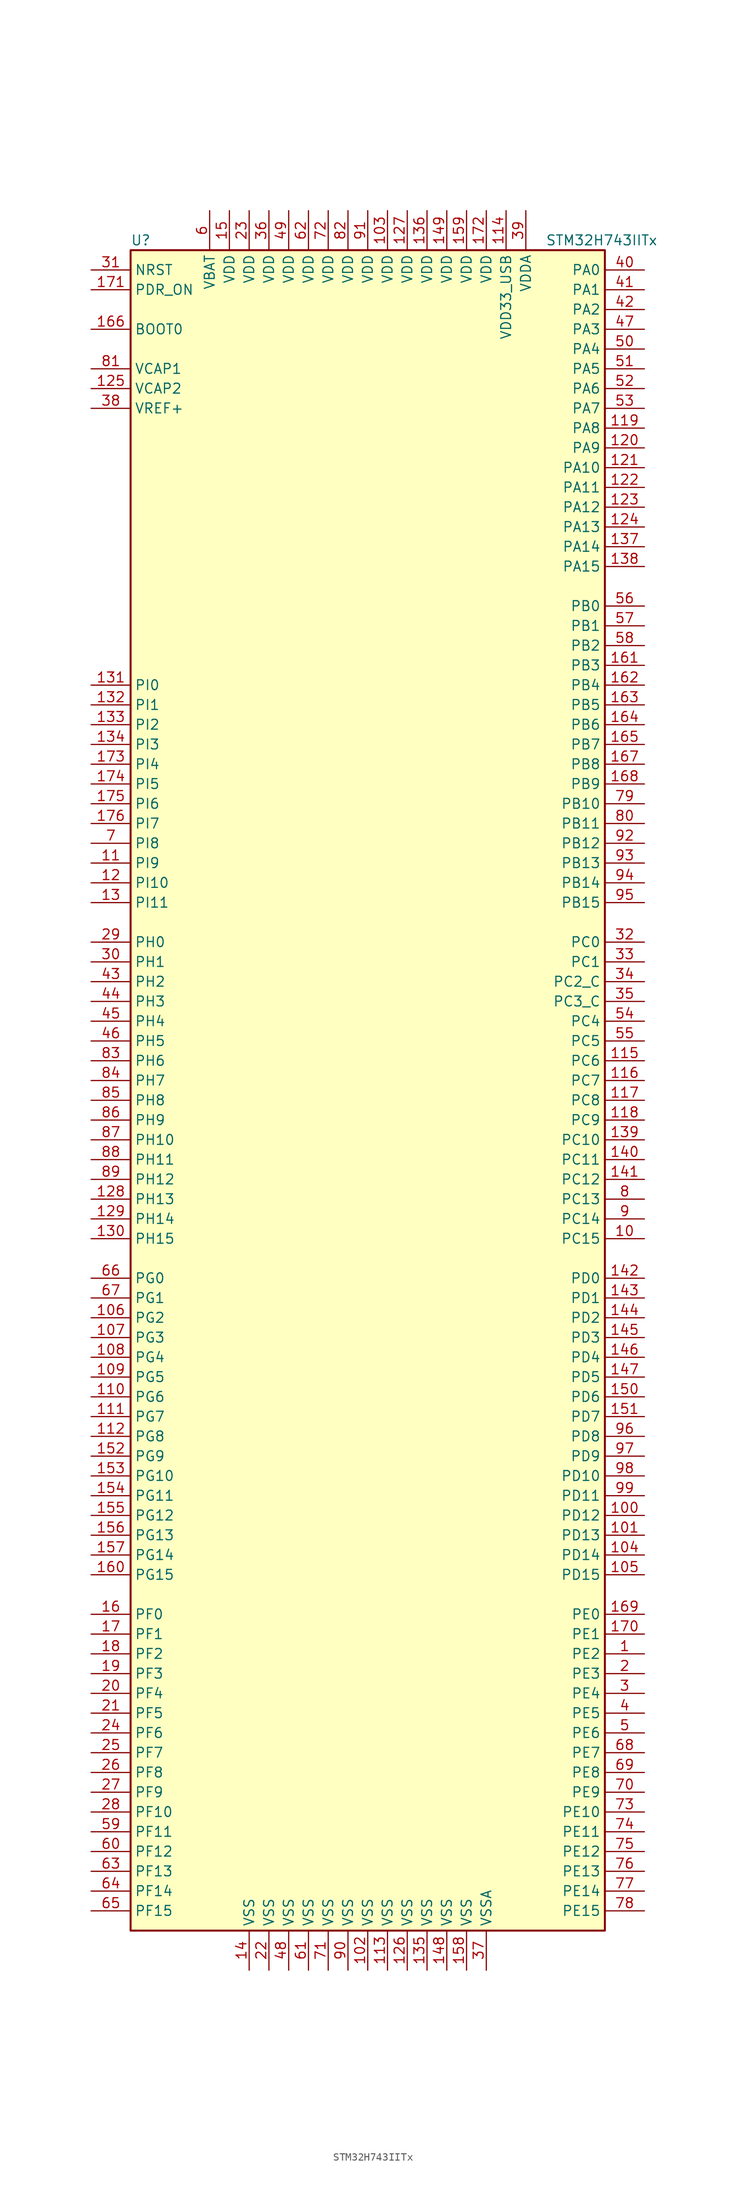
<source format=kicad_sym>
(kicad_symbol_lib
  (version 20201005)
  (generator kicad_symbol_editor)
  (symbol "STM32H743IITx"
    (property "Reference" "U"
      (at -30.48 107.95 0)
      (effects (font (size 1.27 1.27)) (justify left)))
    (property "Value" "STM32H743IITx"
      (at 22.86 107.95 0)
      (effects (font (size 1.27 1.27)) (justify left)))
    (symbol "STM32H743IITx_0_1"
      (rectangle (start -30.48 -109.22) (end 30.48 106.68) (stroke (width 0.254)) (fill (type background))))
    (symbol "STM32H743IITx_1_1"
      (pin input line (at -35.56 96.52 0) (length 5.08) (name "BOOT0" (effects (font (size 1.27 1.27)))) (number "166" (effects (font (size 1.27 1.27)))))
      (pin input line (at -35.56 104.14 0) (length 5.08) (name "NRST" (effects (font (size 1.27 1.27)))) (number "31" (effects (font (size 1.27 1.27)))))
      (pin bidirectional line (at 35.56 104.14 180) (length 5.08) (name "PA0" (effects (font (size 1.27 1.27)))) (number "40" (effects (font (size 1.27 1.27)))))
      (pin bidirectional line (at 35.56 101.6 180) (length 5.08) (name "PA1" (effects (font (size 1.27 1.27)))) (number "41" (effects (font (size 1.27 1.27)))))
      (pin bidirectional line (at 35.56 78.74 180) (length 5.08) (name "PA10" (effects (font (size 1.27 1.27)))) (number "121" (effects (font (size 1.27 1.27)))))
      (pin bidirectional line (at 35.56 76.2 180) (length 5.08) (name "PA11" (effects (font (size 1.27 1.27)))) (number "122" (effects (font (size 1.27 1.27)))))
      (pin bidirectional line (at 35.56 73.66 180) (length 5.08) (name "PA12" (effects (font (size 1.27 1.27)))) (number "123" (effects (font (size 1.27 1.27)))))
      (pin bidirectional line (at 35.56 71.12 180) (length 5.08) (name "PA13" (effects (font (size 1.27 1.27)))) (number "124" (effects (font (size 1.27 1.27)))))
      (pin bidirectional line (at 35.56 68.58 180) (length 5.08) (name "PA14" (effects (font (size 1.27 1.27)))) (number "137" (effects (font (size 1.27 1.27)))))
      (pin bidirectional line (at 35.56 66.04 180) (length 5.08) (name "PA15" (effects (font (size 1.27 1.27)))) (number "138" (effects (font (size 1.27 1.27)))))
      (pin bidirectional line (at 35.56 99.06 180) (length 5.08) (name "PA2" (effects (font (size 1.27 1.27)))) (number "42" (effects (font (size 1.27 1.27)))))
      (pin bidirectional line (at 35.56 96.52 180) (length 5.08) (name "PA3" (effects (font (size 1.27 1.27)))) (number "47" (effects (font (size 1.27 1.27)))))
      (pin bidirectional line (at 35.56 93.98 180) (length 5.08) (name "PA4" (effects (font (size 1.27 1.27)))) (number "50" (effects (font (size 1.27 1.27)))))
      (pin bidirectional line (at 35.56 91.44 180) (length 5.08) (name "PA5" (effects (font (size 1.27 1.27)))) (number "51" (effects (font (size 1.27 1.27)))))
      (pin bidirectional line (at 35.56 88.9 180) (length 5.08) (name "PA6" (effects (font (size 1.27 1.27)))) (number "52" (effects (font (size 1.27 1.27)))))
      (pin bidirectional line (at 35.56 86.36 180) (length 5.08) (name "PA7" (effects (font (size 1.27 1.27)))) (number "53" (effects (font (size 1.27 1.27)))))
      (pin bidirectional line (at 35.56 83.82 180) (length 5.08) (name "PA8" (effects (font (size 1.27 1.27)))) (number "119" (effects (font (size 1.27 1.27)))))
      (pin bidirectional line (at 35.56 81.28 180) (length 5.08) (name "PA9" (effects (font (size 1.27 1.27)))) (number "120" (effects (font (size 1.27 1.27)))))
      (pin bidirectional line (at 35.56 60.96 180) (length 5.08) (name "PB0" (effects (font (size 1.27 1.27)))) (number "56" (effects (font (size 1.27 1.27)))))
      (pin bidirectional line (at 35.56 58.42 180) (length 5.08) (name "PB1" (effects (font (size 1.27 1.27)))) (number "57" (effects (font (size 1.27 1.27)))))
      (pin bidirectional line (at 35.56 35.56 180) (length 5.08) (name "PB10" (effects (font (size 1.27 1.27)))) (number "79" (effects (font (size 1.27 1.27)))))
      (pin bidirectional line (at 35.56 33.02 180) (length 5.08) (name "PB11" (effects (font (size 1.27 1.27)))) (number "80" (effects (font (size 1.27 1.27)))))
      (pin bidirectional line (at 35.56 30.48 180) (length 5.08) (name "PB12" (effects (font (size 1.27 1.27)))) (number "92" (effects (font (size 1.27 1.27)))))
      (pin bidirectional line (at 35.56 27.94 180) (length 5.08) (name "PB13" (effects (font (size 1.27 1.27)))) (number "93" (effects (font (size 1.27 1.27)))))
      (pin bidirectional line (at 35.56 25.4 180) (length 5.08) (name "PB14" (effects (font (size 1.27 1.27)))) (number "94" (effects (font (size 1.27 1.27)))))
      (pin bidirectional line (at 35.56 22.86 180) (length 5.08) (name "PB15" (effects (font (size 1.27 1.27)))) (number "95" (effects (font (size 1.27 1.27)))))
      (pin bidirectional line (at 35.56 55.88 180) (length 5.08) (name "PB2" (effects (font (size 1.27 1.27)))) (number "58" (effects (font (size 1.27 1.27)))))
      (pin bidirectional line (at 35.56 53.34 180) (length 5.08) (name "PB3" (effects (font (size 1.27 1.27)))) (number "161" (effects (font (size 1.27 1.27)))))
      (pin bidirectional line (at 35.56 50.8 180) (length 5.08) (name "PB4" (effects (font (size 1.27 1.27)))) (number "162" (effects (font (size 1.27 1.27)))))
      (pin bidirectional line (at 35.56 48.26 180) (length 5.08) (name "PB5" (effects (font (size 1.27 1.27)))) (number "163" (effects (font (size 1.27 1.27)))))
      (pin bidirectional line (at 35.56 45.72 180) (length 5.08) (name "PB6" (effects (font (size 1.27 1.27)))) (number "164" (effects (font (size 1.27 1.27)))))
      (pin bidirectional line (at 35.56 43.18 180) (length 5.08) (name "PB7" (effects (font (size 1.27 1.27)))) (number "165" (effects (font (size 1.27 1.27)))))
      (pin bidirectional line (at 35.56 40.64 180) (length 5.08) (name "PB8" (effects (font (size 1.27 1.27)))) (number "167" (effects (font (size 1.27 1.27)))))
      (pin bidirectional line (at 35.56 38.1 180) (length 5.08) (name "PB9" (effects (font (size 1.27 1.27)))) (number "168" (effects (font (size 1.27 1.27)))))
      (pin bidirectional line (at 35.56 17.78 180) (length 5.08) (name "PC0" (effects (font (size 1.27 1.27)))) (number "32" (effects (font (size 1.27 1.27)))))
      (pin bidirectional line (at 35.56 15.24 180) (length 5.08) (name "PC1" (effects (font (size 1.27 1.27)))) (number "33" (effects (font (size 1.27 1.27)))))
      (pin bidirectional line (at 35.56 -7.62 180) (length 5.08) (name "PC10" (effects (font (size 1.27 1.27)))) (number "139" (effects (font (size 1.27 1.27)))))
      (pin bidirectional line (at 35.56 -10.16 180) (length 5.08) (name "PC11" (effects (font (size 1.27 1.27)))) (number "140" (effects (font (size 1.27 1.27)))))
      (pin bidirectional line (at 35.56 -12.7 180) (length 5.08) (name "PC12" (effects (font (size 1.27 1.27)))) (number "141" (effects (font (size 1.27 1.27)))))
      (pin bidirectional line (at 35.56 -15.24 180) (length 5.08) (name "PC13" (effects (font (size 1.27 1.27)))) (number "8" (effects (font (size 1.27 1.27)))))
      (pin bidirectional line (at 35.56 -17.78 180) (length 5.08) (name "PC14" (effects (font (size 1.27 1.27)))) (number "9" (effects (font (size 1.27 1.27)))))
      (pin bidirectional line (at 35.56 -20.32 180) (length 5.08) (name "PC15" (effects (font (size 1.27 1.27)))) (number "10" (effects (font (size 1.27 1.27)))))
      (pin bidirectional line (at 35.56 12.7 180) (length 5.08) (name "PC2_C" (effects (font (size 1.27 1.27)))) (number "34" (effects (font (size 1.27 1.27)))))
      (pin bidirectional line (at 35.56 10.16 180) (length 5.08) (name "PC3_C" (effects (font (size 1.27 1.27)))) (number "35" (effects (font (size 1.27 1.27)))))
      (pin bidirectional line (at 35.56 7.62 180) (length 5.08) (name "PC4" (effects (font (size 1.27 1.27)))) (number "54" (effects (font (size 1.27 1.27)))))
      (pin bidirectional line (at 35.56 5.08 180) (length 5.08) (name "PC5" (effects (font (size 1.27 1.27)))) (number "55" (effects (font (size 1.27 1.27)))))
      (pin bidirectional line (at 35.56 2.54 180) (length 5.08) (name "PC6" (effects (font (size 1.27 1.27)))) (number "115" (effects (font (size 1.27 1.27)))))
      (pin bidirectional line (at 35.56 0 180) (length 5.08) (name "PC7" (effects (font (size 1.27 1.27)))) (number "116" (effects (font (size 1.27 1.27)))))
      (pin bidirectional line (at 35.56 -2.54 180) (length 5.08) (name "PC8" (effects (font (size 1.27 1.27)))) (number "117" (effects (font (size 1.27 1.27)))))
      (pin bidirectional line (at 35.56 -5.08 180) (length 5.08) (name "PC9" (effects (font (size 1.27 1.27)))) (number "118" (effects (font (size 1.27 1.27)))))
      (pin bidirectional line (at 35.56 -25.4 180) (length 5.08) (name "PD0" (effects (font (size 1.27 1.27)))) (number "142" (effects (font (size 1.27 1.27)))))
      (pin bidirectional line (at 35.56 -27.94 180) (length 5.08) (name "PD1" (effects (font (size 1.27 1.27)))) (number "143" (effects (font (size 1.27 1.27)))))
      (pin bidirectional line (at 35.56 -50.8 180) (length 5.08) (name "PD10" (effects (font (size 1.27 1.27)))) (number "98" (effects (font (size 1.27 1.27)))))
      (pin bidirectional line (at 35.56 -53.34 180) (length 5.08) (name "PD11" (effects (font (size 1.27 1.27)))) (number "99" (effects (font (size 1.27 1.27)))))
      (pin bidirectional line (at 35.56 -55.88 180) (length 5.08) (name "PD12" (effects (font (size 1.27 1.27)))) (number "100" (effects (font (size 1.27 1.27)))))
      (pin bidirectional line (at 35.56 -58.42 180) (length 5.08) (name "PD13" (effects (font (size 1.27 1.27)))) (number "101" (effects (font (size 1.27 1.27)))))
      (pin bidirectional line (at 35.56 -60.96 180) (length 5.08) (name "PD14" (effects (font (size 1.27 1.27)))) (number "104" (effects (font (size 1.27 1.27)))))
      (pin bidirectional line (at 35.56 -63.5 180) (length 5.08) (name "PD15" (effects (font (size 1.27 1.27)))) (number "105" (effects (font (size 1.27 1.27)))))
      (pin bidirectional line (at 35.56 -30.48 180) (length 5.08) (name "PD2" (effects (font (size 1.27 1.27)))) (number "144" (effects (font (size 1.27 1.27)))))
      (pin bidirectional line (at 35.56 -33.02 180) (length 5.08) (name "PD3" (effects (font (size 1.27 1.27)))) (number "145" (effects (font (size 1.27 1.27)))))
      (pin bidirectional line (at 35.56 -35.56 180) (length 5.08) (name "PD4" (effects (font (size 1.27 1.27)))) (number "146" (effects (font (size 1.27 1.27)))))
      (pin bidirectional line (at 35.56 -38.1 180) (length 5.08) (name "PD5" (effects (font (size 1.27 1.27)))) (number "147" (effects (font (size 1.27 1.27)))))
      (pin bidirectional line (at 35.56 -40.64 180) (length 5.08) (name "PD6" (effects (font (size 1.27 1.27)))) (number "150" (effects (font (size 1.27 1.27)))))
      (pin bidirectional line (at 35.56 -43.18 180) (length 5.08) (name "PD7" (effects (font (size 1.27 1.27)))) (number "151" (effects (font (size 1.27 1.27)))))
      (pin bidirectional line (at 35.56 -45.72 180) (length 5.08) (name "PD8" (effects (font (size 1.27 1.27)))) (number "96" (effects (font (size 1.27 1.27)))))
      (pin bidirectional line (at 35.56 -48.26 180) (length 5.08) (name "PD9" (effects (font (size 1.27 1.27)))) (number "97" (effects (font (size 1.27 1.27)))))
      (pin input line (at -35.56 101.6 0) (length 5.08) (name "PDR_ON" (effects (font (size 1.27 1.27)))) (number "171" (effects (font (size 1.27 1.27)))))
      (pin bidirectional line (at 35.56 -68.58 180) (length 5.08) (name "PE0" (effects (font (size 1.27 1.27)))) (number "169" (effects (font (size 1.27 1.27)))))
      (pin bidirectional line (at 35.56 -71.12 180) (length 5.08) (name "PE1" (effects (font (size 1.27 1.27)))) (number "170" (effects (font (size 1.27 1.27)))))
      (pin bidirectional line (at 35.56 -93.98 180) (length 5.08) (name "PE10" (effects (font (size 1.27 1.27)))) (number "73" (effects (font (size 1.27 1.27)))))
      (pin bidirectional line (at 35.56 -96.52 180) (length 5.08) (name "PE11" (effects (font (size 1.27 1.27)))) (number "74" (effects (font (size 1.27 1.27)))))
      (pin bidirectional line (at 35.56 -99.06 180) (length 5.08) (name "PE12" (effects (font (size 1.27 1.27)))) (number "75" (effects (font (size 1.27 1.27)))))
      (pin bidirectional line (at 35.56 -101.6 180) (length 5.08) (name "PE13" (effects (font (size 1.27 1.27)))) (number "76" (effects (font (size 1.27 1.27)))))
      (pin bidirectional line (at 35.56 -104.14 180) (length 5.08) (name "PE14" (effects (font (size 1.27 1.27)))) (number "77" (effects (font (size 1.27 1.27)))))
      (pin bidirectional line (at 35.56 -106.68 180) (length 5.08) (name "PE15" (effects (font (size 1.27 1.27)))) (number "78" (effects (font (size 1.27 1.27)))))
      (pin bidirectional line (at 35.56 -73.66 180) (length 5.08) (name "PE2" (effects (font (size 1.27 1.27)))) (number "1" (effects (font (size 1.27 1.27)))))
      (pin bidirectional line (at 35.56 -76.2 180) (length 5.08) (name "PE3" (effects (font (size 1.27 1.27)))) (number "2" (effects (font (size 1.27 1.27)))))
      (pin bidirectional line (at 35.56 -78.74 180) (length 5.08) (name "PE4" (effects (font (size 1.27 1.27)))) (number "3" (effects (font (size 1.27 1.27)))))
      (pin bidirectional line (at 35.56 -81.28 180) (length 5.08) (name "PE5" (effects (font (size 1.27 1.27)))) (number "4" (effects (font (size 1.27 1.27)))))
      (pin bidirectional line (at 35.56 -83.82 180) (length 5.08) (name "PE6" (effects (font (size 1.27 1.27)))) (number "5" (effects (font (size 1.27 1.27)))))
      (pin bidirectional line (at 35.56 -86.36 180) (length 5.08) (name "PE7" (effects (font (size 1.27 1.27)))) (number "68" (effects (font (size 1.27 1.27)))))
      (pin bidirectional line (at 35.56 -88.9 180) (length 5.08) (name "PE8" (effects (font (size 1.27 1.27)))) (number "69" (effects (font (size 1.27 1.27)))))
      (pin bidirectional line (at 35.56 -91.44 180) (length 5.08) (name "PE9" (effects (font (size 1.27 1.27)))) (number "70" (effects (font (size 1.27 1.27)))))
      (pin bidirectional line (at -35.56 -68.58 0) (length 5.08) (name "PF0" (effects (font (size 1.27 1.27)))) (number "16" (effects (font (size 1.27 1.27)))))
      (pin bidirectional line (at -35.56 -71.12 0) (length 5.08) (name "PF1" (effects (font (size 1.27 1.27)))) (number "17" (effects (font (size 1.27 1.27)))))
      (pin bidirectional line (at -35.56 -93.98 0) (length 5.08) (name "PF10" (effects (font (size 1.27 1.27)))) (number "28" (effects (font (size 1.27 1.27)))))
      (pin bidirectional line (at -35.56 -96.52 0) (length 5.08) (name "PF11" (effects (font (size 1.27 1.27)))) (number "59" (effects (font (size 1.27 1.27)))))
      (pin bidirectional line (at -35.56 -99.06 0) (length 5.08) (name "PF12" (effects (font (size 1.27 1.27)))) (number "60" (effects (font (size 1.27 1.27)))))
      (pin bidirectional line (at -35.56 -101.6 0) (length 5.08) (name "PF13" (effects (font (size 1.27 1.27)))) (number "63" (effects (font (size 1.27 1.27)))))
      (pin bidirectional line (at -35.56 -104.14 0) (length 5.08) (name "PF14" (effects (font (size 1.27 1.27)))) (number "64" (effects (font (size 1.27 1.27)))))
      (pin bidirectional line (at -35.56 -106.68 0) (length 5.08) (name "PF15" (effects (font (size 1.27 1.27)))) (number "65" (effects (font (size 1.27 1.27)))))
      (pin bidirectional line (at -35.56 -73.66 0) (length 5.08) (name "PF2" (effects (font (size 1.27 1.27)))) (number "18" (effects (font (size 1.27 1.27)))))
      (pin bidirectional line (at -35.56 -76.2 0) (length 5.08) (name "PF3" (effects (font (size 1.27 1.27)))) (number "19" (effects (font (size 1.27 1.27)))))
      (pin bidirectional line (at -35.56 -78.74 0) (length 5.08) (name "PF4" (effects (font (size 1.27 1.27)))) (number "20" (effects (font (size 1.27 1.27)))))
      (pin bidirectional line (at -35.56 -81.28 0) (length 5.08) (name "PF5" (effects (font (size 1.27 1.27)))) (number "21" (effects (font (size 1.27 1.27)))))
      (pin bidirectional line (at -35.56 -83.82 0) (length 5.08) (name "PF6" (effects (font (size 1.27 1.27)))) (number "24" (effects (font (size 1.27 1.27)))))
      (pin bidirectional line (at -35.56 -86.36 0) (length 5.08) (name "PF7" (effects (font (size 1.27 1.27)))) (number "25" (effects (font (size 1.27 1.27)))))
      (pin bidirectional line (at -35.56 -88.9 0) (length 5.08) (name "PF8" (effects (font (size 1.27 1.27)))) (number "26" (effects (font (size 1.27 1.27)))))
      (pin bidirectional line (at -35.56 -91.44 0) (length 5.08) (name "PF9" (effects (font (size 1.27 1.27)))) (number "27" (effects (font (size 1.27 1.27)))))
      (pin bidirectional line (at -35.56 -25.4 0) (length 5.08) (name "PG0" (effects (font (size 1.27 1.27)))) (number "66" (effects (font (size 1.27 1.27)))))
      (pin bidirectional line (at -35.56 -27.94 0) (length 5.08) (name "PG1" (effects (font (size 1.27 1.27)))) (number "67" (effects (font (size 1.27 1.27)))))
      (pin bidirectional line (at -35.56 -50.8 0) (length 5.08) (name "PG10" (effects (font (size 1.27 1.27)))) (number "153" (effects (font (size 1.27 1.27)))))
      (pin bidirectional line (at -35.56 -53.34 0) (length 5.08) (name "PG11" (effects (font (size 1.27 1.27)))) (number "154" (effects (font (size 1.27 1.27)))))
      (pin bidirectional line (at -35.56 -55.88 0) (length 5.08) (name "PG12" (effects (font (size 1.27 1.27)))) (number "155" (effects (font (size 1.27 1.27)))))
      (pin bidirectional line (at -35.56 -58.42 0) (length 5.08) (name "PG13" (effects (font (size 1.27 1.27)))) (number "156" (effects (font (size 1.27 1.27)))))
      (pin bidirectional line (at -35.56 -60.96 0) (length 5.08) (name "PG14" (effects (font (size 1.27 1.27)))) (number "157" (effects (font (size 1.27 1.27)))))
      (pin bidirectional line (at -35.56 -63.5 0) (length 5.08) (name "PG15" (effects (font (size 1.27 1.27)))) (number "160" (effects (font (size 1.27 1.27)))))
      (pin bidirectional line (at -35.56 -30.48 0) (length 5.08) (name "PG2" (effects (font (size 1.27 1.27)))) (number "106" (effects (font (size 1.27 1.27)))))
      (pin bidirectional line (at -35.56 -33.02 0) (length 5.08) (name "PG3" (effects (font (size 1.27 1.27)))) (number "107" (effects (font (size 1.27 1.27)))))
      (pin bidirectional line (at -35.56 -35.56 0) (length 5.08) (name "PG4" (effects (font (size 1.27 1.27)))) (number "108" (effects (font (size 1.27 1.27)))))
      (pin bidirectional line (at -35.56 -38.1 0) (length 5.08) (name "PG5" (effects (font (size 1.27 1.27)))) (number "109" (effects (font (size 1.27 1.27)))))
      (pin bidirectional line (at -35.56 -40.64 0) (length 5.08) (name "PG6" (effects (font (size 1.27 1.27)))) (number "110" (effects (font (size 1.27 1.27)))))
      (pin bidirectional line (at -35.56 -43.18 0) (length 5.08) (name "PG7" (effects (font (size 1.27 1.27)))) (number "111" (effects (font (size 1.27 1.27)))))
      (pin bidirectional line (at -35.56 -45.72 0) (length 5.08) (name "PG8" (effects (font (size 1.27 1.27)))) (number "112" (effects (font (size 1.27 1.27)))))
      (pin bidirectional line (at -35.56 -48.26 0) (length 5.08) (name "PG9" (effects (font (size 1.27 1.27)))) (number "152" (effects (font (size 1.27 1.27)))))
      (pin input line (at -35.56 17.78 0) (length 5.08) (name "PH0" (effects (font (size 1.27 1.27)))) (number "29" (effects (font (size 1.27 1.27)))))
      (pin input line (at -35.56 15.24 0) (length 5.08) (name "PH1" (effects (font (size 1.27 1.27)))) (number "30" (effects (font (size 1.27 1.27)))))
      (pin bidirectional line (at -35.56 -7.62 0) (length 5.08) (name "PH10" (effects (font (size 1.27 1.27)))) (number "87" (effects (font (size 1.27 1.27)))))
      (pin bidirectional line (at -35.56 -10.16 0) (length 5.08) (name "PH11" (effects (font (size 1.27 1.27)))) (number "88" (effects (font (size 1.27 1.27)))))
      (pin bidirectional line (at -35.56 -12.7 0) (length 5.08) (name "PH12" (effects (font (size 1.27 1.27)))) (number "89" (effects (font (size 1.27 1.27)))))
      (pin bidirectional line (at -35.56 -15.24 0) (length 5.08) (name "PH13" (effects (font (size 1.27 1.27)))) (number "128" (effects (font (size 1.27 1.27)))))
      (pin bidirectional line (at -35.56 -17.78 0) (length 5.08) (name "PH14" (effects (font (size 1.27 1.27)))) (number "129" (effects (font (size 1.27 1.27)))))
      (pin bidirectional line (at -35.56 -20.32 0) (length 5.08) (name "PH15" (effects (font (size 1.27 1.27)))) (number "130" (effects (font (size 1.27 1.27)))))
      (pin bidirectional line (at -35.56 12.7 0) (length 5.08) (name "PH2" (effects (font (size 1.27 1.27)))) (number "43" (effects (font (size 1.27 1.27)))))
      (pin bidirectional line (at -35.56 10.16 0) (length 5.08) (name "PH3" (effects (font (size 1.27 1.27)))) (number "44" (effects (font (size 1.27 1.27)))))
      (pin bidirectional line (at -35.56 7.62 0) (length 5.08) (name "PH4" (effects (font (size 1.27 1.27)))) (number "45" (effects (font (size 1.27 1.27)))))
      (pin bidirectional line (at -35.56 5.08 0) (length 5.08) (name "PH5" (effects (font (size 1.27 1.27)))) (number "46" (effects (font (size 1.27 1.27)))))
      (pin bidirectional line (at -35.56 2.54 0) (length 5.08) (name "PH6" (effects (font (size 1.27 1.27)))) (number "83" (effects (font (size 1.27 1.27)))))
      (pin bidirectional line (at -35.56 0 0) (length 5.08) (name "PH7" (effects (font (size 1.27 1.27)))) (number "84" (effects (font (size 1.27 1.27)))))
      (pin bidirectional line (at -35.56 -2.54 0) (length 5.08) (name "PH8" (effects (font (size 1.27 1.27)))) (number "85" (effects (font (size 1.27 1.27)))))
      (pin bidirectional line (at -35.56 -5.08 0) (length 5.08) (name "PH9" (effects (font (size 1.27 1.27)))) (number "86" (effects (font (size 1.27 1.27)))))
      (pin bidirectional line (at -35.56 50.8 0) (length 5.08) (name "PI0" (effects (font (size 1.27 1.27)))) (number "131" (effects (font (size 1.27 1.27)))))
      (pin bidirectional line (at -35.56 48.26 0) (length 5.08) (name "PI1" (effects (font (size 1.27 1.27)))) (number "132" (effects (font (size 1.27 1.27)))))
      (pin bidirectional line (at -35.56 25.4 0) (length 5.08) (name "PI10" (effects (font (size 1.27 1.27)))) (number "12" (effects (font (size 1.27 1.27)))))
      (pin bidirectional line (at -35.56 22.86 0) (length 5.08) (name "PI11" (effects (font (size 1.27 1.27)))) (number "13" (effects (font (size 1.27 1.27)))))
      (pin bidirectional line (at -35.56 45.72 0) (length 5.08) (name "PI2" (effects (font (size 1.27 1.27)))) (number "133" (effects (font (size 1.27 1.27)))))
      (pin bidirectional line (at -35.56 43.18 0) (length 5.08) (name "PI3" (effects (font (size 1.27 1.27)))) (number "134" (effects (font (size 1.27 1.27)))))
      (pin bidirectional line (at -35.56 40.64 0) (length 5.08) (name "PI4" (effects (font (size 1.27 1.27)))) (number "173" (effects (font (size 1.27 1.27)))))
      (pin bidirectional line (at -35.56 38.1 0) (length 5.08) (name "PI5" (effects (font (size 1.27 1.27)))) (number "174" (effects (font (size 1.27 1.27)))))
      (pin bidirectional line (at -35.56 35.56 0) (length 5.08) (name "PI6" (effects (font (size 1.27 1.27)))) (number "175" (effects (font (size 1.27 1.27)))))
      (pin bidirectional line (at -35.56 33.02 0) (length 5.08) (name "PI7" (effects (font (size 1.27 1.27)))) (number "176" (effects (font (size 1.27 1.27)))))
      (pin bidirectional line (at -35.56 30.48 0) (length 5.08) (name "PI8" (effects (font (size 1.27 1.27)))) (number "7" (effects (font (size 1.27 1.27)))))
      (pin bidirectional line (at -35.56 27.94 0) (length 5.08) (name "PI9" (effects (font (size 1.27 1.27)))) (number "11" (effects (font (size 1.27 1.27)))))
      (pin power_in line (at -20.32 111.76 270) (length 5.08) (name "VBAT" (effects (font (size 1.27 1.27)))) (number "6" (effects (font (size 1.27 1.27)))))
      (pin power_in line (at -35.56 91.44 0) (length 5.08) (name "VCAP1" (effects (font (size 1.27 1.27)))) (number "81" (effects (font (size 1.27 1.27)))))
      (pin power_in line (at -35.56 88.9 0) (length 5.08) (name "VCAP2" (effects (font (size 1.27 1.27)))) (number "125" (effects (font (size 1.27 1.27)))))
      (pin power_in line (at 2.54 111.76 270) (length 5.08) (name "VDD" (effects (font (size 1.27 1.27)))) (number "103" (effects (font (size 1.27 1.27)))))
      (pin power_in line (at 5.08 111.76 270) (length 5.08) (name "VDD" (effects (font (size 1.27 1.27)))) (number "127" (effects (font (size 1.27 1.27)))))
      (pin power_in line (at 7.62 111.76 270) (length 5.08) (name "VDD" (effects (font (size 1.27 1.27)))) (number "136" (effects (font (size 1.27 1.27)))))
      (pin power_in line (at 10.16 111.76 270) (length 5.08) (name "VDD" (effects (font (size 1.27 1.27)))) (number "149" (effects (font (size 1.27 1.27)))))
      (pin power_in line (at -17.78 111.76 270) (length 5.08) (name "VDD" (effects (font (size 1.27 1.27)))) (number "15" (effects (font (size 1.27 1.27)))))
      (pin power_in line (at 12.7 111.76 270) (length 5.08) (name "VDD" (effects (font (size 1.27 1.27)))) (number "159" (effects (font (size 1.27 1.27)))))
      (pin power_in line (at 15.24 111.76 270) (length 5.08) (name "VDD" (effects (font (size 1.27 1.27)))) (number "172" (effects (font (size 1.27 1.27)))))
      (pin power_in line (at -15.24 111.76 270) (length 5.08) (name "VDD" (effects (font (size 1.27 1.27)))) (number "23" (effects (font (size 1.27 1.27)))))
      (pin power_in line (at -12.7 111.76 270) (length 5.08) (name "VDD" (effects (font (size 1.27 1.27)))) (number "36" (effects (font (size 1.27 1.27)))))
      (pin power_in line (at -10.16 111.76 270) (length 5.08) (name "VDD" (effects (font (size 1.27 1.27)))) (number "49" (effects (font (size 1.27 1.27)))))
      (pin power_in line (at -7.62 111.76 270) (length 5.08) (name "VDD" (effects (font (size 1.27 1.27)))) (number "62" (effects (font (size 1.27 1.27)))))
      (pin power_in line (at -5.08 111.76 270) (length 5.08) (name "VDD" (effects (font (size 1.27 1.27)))) (number "72" (effects (font (size 1.27 1.27)))))
      (pin power_in line (at -2.54 111.76 270) (length 5.08) (name "VDD" (effects (font (size 1.27 1.27)))) (number "82" (effects (font (size 1.27 1.27)))))
      (pin power_in line (at 0 111.76 270) (length 5.08) (name "VDD" (effects (font (size 1.27 1.27)))) (number "91" (effects (font (size 1.27 1.27)))))
      (pin power_in line (at 17.78 111.76 270) (length 5.08) (name "VDD33_USB" (effects (font (size 1.27 1.27)))) (number "114" (effects (font (size 1.27 1.27)))))
      (pin power_in line (at 20.32 111.76 270) (length 5.08) (name "VDDA" (effects (font (size 1.27 1.27)))) (number "39" (effects (font (size 1.27 1.27)))))
      (pin bidirectional line (at -35.56 86.36 0) (length 5.08) (name "VREF+" (effects (font (size 1.27 1.27)))) (number "38" (effects (font (size 1.27 1.27)))))
      (pin power_in line (at 0 -114.3 90) (length 5.08) (name "VSS" (effects (font (size 1.27 1.27)))) (number "102" (effects (font (size 1.27 1.27)))))
      (pin power_in line (at 2.54 -114.3 90) (length 5.08) (name "VSS" (effects (font (size 1.27 1.27)))) (number "113" (effects (font (size 1.27 1.27)))))
      (pin power_in line (at 5.08 -114.3 90) (length 5.08) (name "VSS" (effects (font (size 1.27 1.27)))) (number "126" (effects (font (size 1.27 1.27)))))
      (pin power_in line (at 7.62 -114.3 90) (length 5.08) (name "VSS" (effects (font (size 1.27 1.27)))) (number "135" (effects (font (size 1.27 1.27)))))
      (pin power_in line (at -15.24 -114.3 90) (length 5.08) (name "VSS" (effects (font (size 1.27 1.27)))) (number "14" (effects (font (size 1.27 1.27)))))
      (pin power_in line (at 10.16 -114.3 90) (length 5.08) (name "VSS" (effects (font (size 1.27 1.27)))) (number "148" (effects (font (size 1.27 1.27)))))
      (pin power_in line (at 12.7 -114.3 90) (length 5.08) (name "VSS" (effects (font (size 1.27 1.27)))) (number "158" (effects (font (size 1.27 1.27)))))
      (pin power_in line (at -12.7 -114.3 90) (length 5.08) (name "VSS" (effects (font (size 1.27 1.27)))) (number "22" (effects (font (size 1.27 1.27)))))
      (pin power_in line (at -10.16 -114.3 90) (length 5.08) (name "VSS" (effects (font (size 1.27 1.27)))) (number "48" (effects (font (size 1.27 1.27)))))
      (pin power_in line (at -7.62 -114.3 90) (length 5.08) (name "VSS" (effects (font (size 1.27 1.27)))) (number "61" (effects (font (size 1.27 1.27)))))
      (pin power_in line (at -5.08 -114.3 90) (length 5.08) (name "VSS" (effects (font (size 1.27 1.27)))) (number "71" (effects (font (size 1.27 1.27)))))
      (pin power_in line (at -2.54 -114.3 90) (length 5.08) (name "VSS" (effects (font (size 1.27 1.27)))) (number "90" (effects (font (size 1.27 1.27)))))
      (pin power_in line (at 15.24 -114.3 90) (length 5.08) (name "VSSA" (effects (font (size 1.27 1.27)))) (number "37" (effects (font (size 1.27 1.27))))))))
</source>
